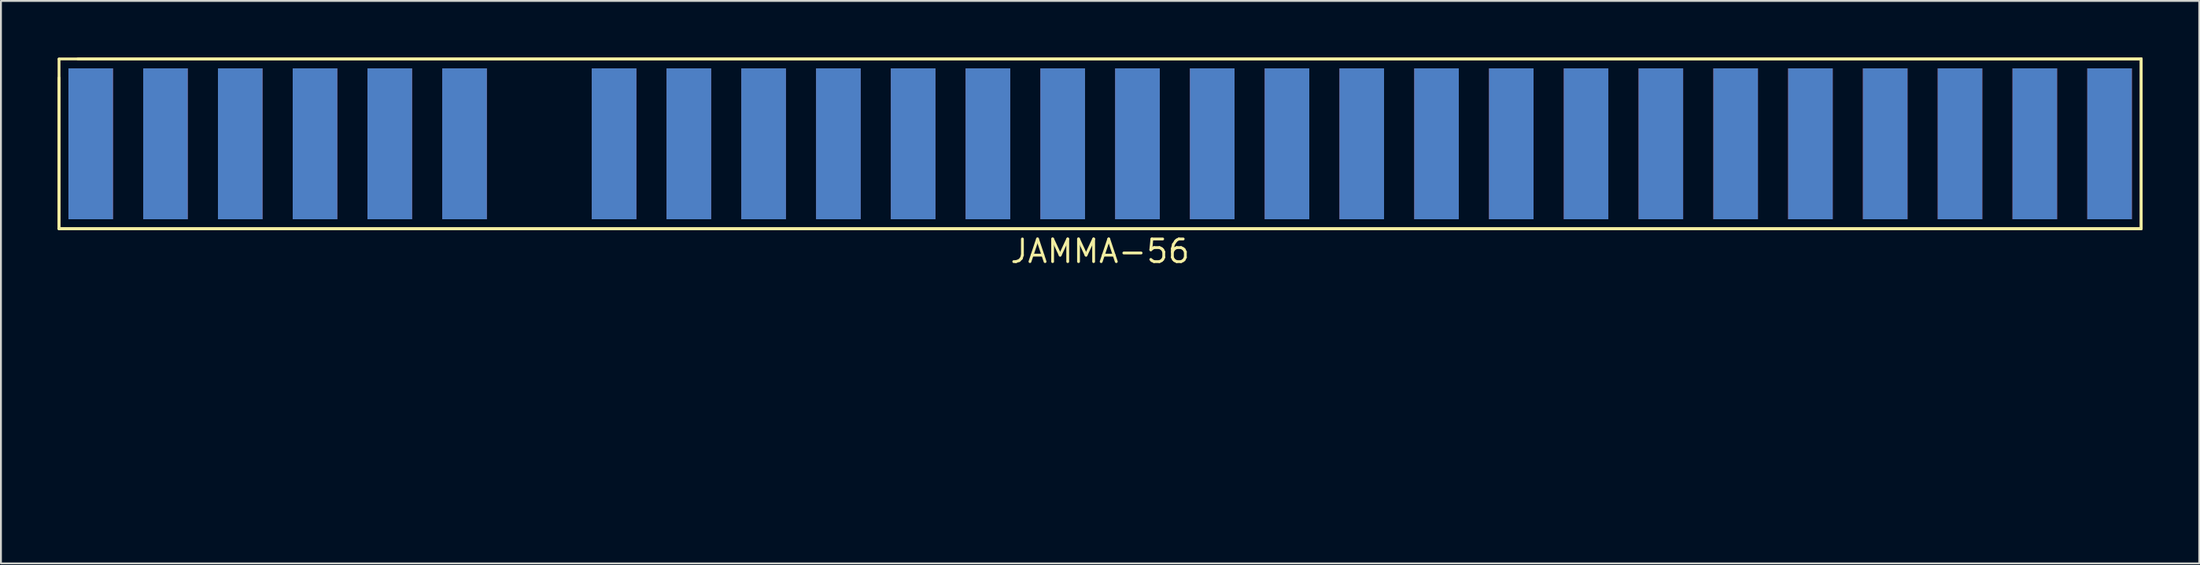
<source format=kicad_pcb>
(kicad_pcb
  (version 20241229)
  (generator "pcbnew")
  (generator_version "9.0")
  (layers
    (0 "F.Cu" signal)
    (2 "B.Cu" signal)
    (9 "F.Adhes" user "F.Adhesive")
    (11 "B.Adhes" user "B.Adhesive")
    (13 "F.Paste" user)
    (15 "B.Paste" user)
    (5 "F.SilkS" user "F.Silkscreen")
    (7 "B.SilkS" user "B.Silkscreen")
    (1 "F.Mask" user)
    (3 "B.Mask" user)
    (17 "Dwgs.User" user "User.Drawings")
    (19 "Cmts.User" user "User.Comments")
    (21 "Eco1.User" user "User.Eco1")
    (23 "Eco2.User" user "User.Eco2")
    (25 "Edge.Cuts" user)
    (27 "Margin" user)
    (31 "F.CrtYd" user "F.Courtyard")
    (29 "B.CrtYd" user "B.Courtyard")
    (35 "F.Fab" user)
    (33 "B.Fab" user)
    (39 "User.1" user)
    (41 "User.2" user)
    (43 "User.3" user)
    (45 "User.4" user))
  (footprint "JAMMA-56"
    (layer "F.Cu")
    (at 56.21 23.575)
    (property "Reference" "JAMMA-56" (at -1 -13.3 0) (layer "F.SilkS") (effects (font (size 1.2 1.2) (thickness 0.15))))
    (attr through_hole)
    (fp_poly (pts (xy -53.289 -15.011) (xy -55.626 -15.011) (xy -55.626 -23) (xy -53.289 -23)) (stroke (width 0.1) (type solid)) (fill yes) (layer "B.Mask"))
    (fp_poly (pts (xy -49.34 -15.011) (xy -51.676 -15.011) (xy -51.676 -23) (xy -49.34 -23)) (stroke (width 0.1) (type solid)) (fill yes) (layer "B.Mask"))
    (fp_poly (pts (xy -45.364 -15.011) (xy -47.701 -15.011) (xy -47.701 -23) (xy -45.364 -23)) (stroke (width 0.1) (type solid)) (fill yes) (layer "B.Mask"))
    (fp_poly (pts (xy -41.415 -15.011) (xy -43.752 -15.011) (xy -43.752 -23) (xy -41.415 -23)) (stroke (width 0.1) (type solid)) (fill yes) (layer "B.Mask"))
    (fp_poly (pts (xy -37.452 -15.011) (xy -39.789 -15.011) (xy -39.789 -23) (xy -37.452 -23)) (stroke (width 0.1) (type solid)) (fill yes) (layer "B.Mask"))
    (fp_poly (pts (xy -33.503 -15.011) (xy -35.839 -15.011) (xy -35.839 -23) (xy -33.503 -23)) (stroke (width 0.1) (type solid)) (fill yes) (layer "B.Mask"))
    (fp_poly (pts (xy -25.565 -14.999) (xy -27.902 -14.999) (xy -27.902 -22.987) (xy -25.565 -22.987)) (stroke (width 0.1) (type solid)) (fill yes) (layer "B.Mask"))
    (fp_poly (pts (xy -21.615 -14.999) (xy -23.952 -14.999) (xy -23.952 -22.987) (xy -21.615 -22.987)) (stroke (width 0.1) (type solid)) (fill yes) (layer "B.Mask"))
    (fp_poly (pts (xy -17.64 -14.999) (xy -19.977 -14.999) (xy -19.977 -22.987) (xy -17.64 -22.987)) (stroke (width 0.1) (type solid)) (fill yes) (layer "B.Mask"))
    (fp_poly (pts (xy -13.691 -14.999) (xy -16.027 -14.999) (xy -16.027 -22.987) (xy -13.691 -22.987)) (stroke (width 0.1) (type solid)) (fill yes) (layer "B.Mask"))
    (fp_poly (pts (xy -9.728 -14.999) (xy -12.065 -14.999) (xy -12.065 -22.987) (xy -9.728 -22.987)) (stroke (width 0.1) (type solid)) (fill yes) (layer "B.Mask"))
    (fp_poly (pts (xy -5.779 -14.999) (xy -8.115 -14.999) (xy -8.115 -22.987) (xy -5.779 -22.987)) (stroke (width 0.1) (type solid)) (fill yes) (layer "B.Mask"))
    (fp_poly (pts (xy -1.816 -15.011) (xy -4.153 -15.011) (xy -4.153 -23) (xy -1.816 -23)) (stroke (width 0.1) (type solid)) (fill yes) (layer "B.Mask"))
    (fp_poly (pts (xy 2.134 -15.011) (xy -0.203 -15.011) (xy -0.203 -23) (xy 2.134 -23)) (stroke (width 0.1) (type solid)) (fill yes) (layer "B.Mask"))
    (fp_poly (pts (xy 6.109 -15.011) (xy 3.772 -15.011) (xy 3.772 -23) (xy 6.109 -23)) (stroke (width 0.1) (type solid)) (fill yes) (layer "B.Mask"))
    (fp_poly (pts (xy 10.058 -15.011) (xy 7.722 -15.011) (xy 7.722 -23) (xy 10.058 -23)) (stroke (width 0.1) (type solid)) (fill yes) (layer "B.Mask"))
    (fp_poly (pts (xy 14.021 -15.011) (xy 11.684 -15.011) (xy 11.684 -23) (xy 14.021 -23)) (stroke (width 0.1) (type solid)) (fill yes) (layer "B.Mask"))
    (fp_poly (pts (xy 17.971 -15.011) (xy 15.634 -15.011) (xy 15.634 -23) (xy 17.971 -23)) (stroke (width 0.1) (type solid)) (fill yes) (layer "B.Mask"))
    (fp_poly (pts (xy 21.971 -15.011) (xy 19.634 -15.011) (xy 19.634 -23) (xy 21.971 -23)) (stroke (width 0.1) (type solid)) (fill yes) (layer "B.Mask"))
    (fp_poly (pts (xy 25.933 -15.011) (xy 23.597 -15.011) (xy 23.597 -23) (xy 25.933 -23)) (stroke (width 0.1) (type solid)) (fill yes) (layer "B.Mask"))
    (fp_poly (pts (xy 29.883 -15.011) (xy 27.546 -15.011) (xy 27.546 -23) (xy 29.883 -23)) (stroke (width 0.1) (type solid)) (fill yes) (layer "B.Mask"))
    (fp_poly (pts (xy 33.846 -15.024) (xy 31.509 -15.024) (xy 31.509 -23.012) (xy 33.846 -23.012)) (stroke (width 0.1) (type solid)) (fill yes) (layer "B.Mask"))
    (fp_poly (pts (xy 37.795 -15.024) (xy 35.458 -15.024) (xy 35.458 -23.012) (xy 37.795 -23.012)) (stroke (width 0.1) (type solid)) (fill yes) (layer "B.Mask"))
    (fp_poly (pts (xy 41.77 -15.024) (xy 39.434 -15.024) (xy 39.434 -23.012) (xy 41.77 -23.012)) (stroke (width 0.1) (type solid)) (fill yes) (layer "B.Mask"))
    (fp_poly (pts (xy 45.72 -15.024) (xy 43.383 -15.024) (xy 43.383 -23.012) (xy 45.72 -23.012)) (stroke (width 0.1) (type solid)) (fill yes) (layer "B.Mask"))
    (fp_poly (pts (xy 49.682 -15.024) (xy 47.346 -15.024) (xy 47.346 -23.012) (xy 49.682 -23.012)) (stroke (width 0.1) (type solid)) (fill yes) (layer "B.Mask"))
    (fp_poly (pts (xy 53.632 -15.024) (xy 51.295 -15.024) (xy 51.295 -23.012) (xy 53.632 -23.012)) (stroke (width 0.1) (type solid)) (fill yes) (layer "B.Mask"))
    (fp_line (start -56.135 -22.5) (end -56.135 -14.5) (stroke (width 0.15) (type solid)) (layer "F.SilkS"))
    (fp_line (start -56.135 -14.5) (end 54.135 -14.5) (stroke (width 0.15) (type solid)) (layer "F.SilkS"))
    (fp_line (start -56.135 -14.5) (end 54.135 -14.5) (stroke (width 0.15) (type solid)) (layer "F.SilkS"))
    (fp_line (start -56.134 -23.482) (end -56.135 -14.5) (stroke (width 0.15) (type solid)) (layer "F.SilkS"))
    (fp_line (start 54.135 -23.5) (end -56.134 -23.5) (stroke (width 0.15) (type solid)) (layer "F.SilkS"))
    (fp_line (start 54.135 -23.5) (end -55.135 -23.5) (stroke (width 0.15) (type solid)) (layer "F.SilkS"))
    (fp_line (start 54.135 -14.5) (end 54.135 -23.5) (stroke (width 0.15) (type solid)) (layer "F.SilkS"))
    (fp_line (start 54.135 -14.5) (end 54.135 -23.5) (stroke (width 0.15) (type solid)) (layer "F.SilkS"))
    (pad "1" smd rect (at -54.46 -19) (size 2.35 8) (layers "F.Cu" "F.Mask" "F.Paste"))
    (pad "1" smd rect (at -54.46 -19) (size 2.35 8) (layers "F.Cu" "F.Mask" "F.Paste"))
    (pad "2" smd rect (at -50.5 -19) (size 2.35 8) (layers "F.Cu" "F.Mask" "F.Paste"))
    (pad "2" smd rect (at -50.5 -19) (size 2.35 8) (layers "F.Cu" "F.Mask" "F.Paste"))
    (pad "3" smd rect (at -46.54 -19) (size 2.35 8) (layers "F.Cu" "F.Mask" "F.Paste"))
    (pad "3" smd rect (at -46.54 -19) (size 2.35 8) (layers "F.Cu" "F.Mask" "F.Paste"))
    (pad "4" smd rect (at -42.58 -19) (size 2.35 8) (layers "F.Cu" "F.Mask" "F.Paste"))
    (pad "4" smd rect (at -42.58 -19) (size 2.35 8) (layers "F.Cu" "F.Mask" "F.Paste"))
    (pad "5" smd rect (at -38.62 -19) (size 2.35 8) (layers "F.Cu" "F.Mask" "F.Paste"))
    (pad "5" smd rect (at -38.62 -19) (size 2.35 8) (layers "F.Cu" "F.Mask" "F.Paste"))
    (pad "6" smd rect (at -34.66 -19) (size 2.35 8) (layers "F.Cu" "F.Mask" "F.Paste"))
    (pad "6" smd rect (at -34.66 -19) (size 2.35 8) (layers "F.Cu" "F.Mask" "F.Paste"))
    (pad "8" smd rect (at -26.74 -19) (size 2.35 8) (layers "F.Cu" "F.Mask" "F.Paste"))
    (pad "8" smd rect (at -26.74 -19) (size 2.35 8) (layers "F.Cu" "F.Mask" "F.Paste"))
    (pad "9" smd rect (at -22.78 -19) (size 2.35 8) (layers "F.Cu" "F.Mask" "F.Paste"))
    (pad "9" smd rect (at -22.78 -19) (size 2.35 8) (layers "F.Cu" "F.Mask" "F.Paste"))
    (pad "10" smd rect (at -18.82 -19) (size 2.35 8) (layers "F.Cu" "F.Mask" "F.Paste"))
    (pad "10" smd rect (at -18.82 -19) (size 2.35 8) (layers "F.Cu" "F.Mask" "F.Paste"))
    (pad "11" smd rect (at -14.86 -19) (size 2.35 8) (layers "F.Cu" "F.Mask" "F.Paste"))
    (pad "11" smd rect (at -14.86 -19) (size 2.35 8) (layers "F.Cu" "F.Mask" "F.Paste"))
    (pad "12" smd rect (at -10.9 -19) (size 2.35 8) (layers "F.Cu" "F.Mask" "F.Paste"))
    (pad "12" smd rect (at -10.9 -19) (size 2.35 8) (layers "F.Cu" "F.Mask" "F.Paste"))
    (pad "13" smd rect (at -6.94 -19) (size 2.35 8) (layers "F.Cu" "F.Mask" "F.Paste"))
    (pad "13" smd rect (at -6.94 -19) (size 2.35 8) (layers "F.Cu" "F.Mask" "F.Paste"))
    (pad "14" smd rect (at -2.98 -19) (size 2.35 8) (layers "F.Cu" "F.Mask" "F.Paste"))
    (pad "14" smd rect (at -2.98 -19) (size 2.35 8) (layers "F.Cu" "F.Mask" "F.Paste"))
    (pad "15" smd rect (at 0.98 -19) (size 2.35 8) (layers "F.Cu" "F.Mask" "F.Paste"))
    (pad "15" smd rect (at 0.98 -19) (size 2.35 8) (layers "F.Cu" "F.Mask" "F.Paste"))
    (pad "16" smd rect (at 4.94 -19) (size 2.35 8) (layers "F.Cu" "F.Mask" "F.Paste"))
    (pad "16" smd rect (at 4.94 -19) (size 2.35 8) (layers "F.Cu" "F.Mask" "F.Paste"))
    (pad "17" smd rect (at 8.9 -19) (size 2.35 8) (layers "F.Cu" "F.Mask" "F.Paste"))
    (pad "17" smd rect (at 8.9 -19) (size 2.35 8) (layers "F.Cu" "F.Mask" "F.Paste"))
    (pad "18" smd rect (at 12.86 -19) (size 2.35 8) (layers "F.Cu" "F.Mask" "F.Paste"))
    (pad "18" smd rect (at 12.86 -19) (size 2.35 8) (layers "F.Cu" "F.Mask" "F.Paste"))
    (pad "19" smd rect (at 16.82 -19) (size 2.35 8) (layers "F.Cu" "F.Mask" "F.Paste"))
    (pad "19" smd rect (at 16.82 -19) (size 2.35 8) (layers "F.Cu" "F.Mask" "F.Paste"))
    (pad "20" smd rect (at 20.78 -19) (size 2.35 8) (layers "F.Cu" "F.Mask" "F.Paste"))
    (pad "20" smd rect (at 20.78 -19) (size 2.35 8) (layers "F.Cu" "F.Mask" "F.Paste"))
    (pad "21" smd rect (at 24.74 -19) (size 2.35 8) (layers "F.Cu" "F.Mask" "F.Paste"))
    (pad "21" smd rect (at 24.74 -19) (size 2.35 8) (layers "F.Cu" "F.Mask" "F.Paste"))
    (pad "22" smd rect (at 28.7 -19) (size 2.35 8) (layers "F.Cu" "F.Mask" "F.Paste"))
    (pad "22" smd rect (at 28.7 -19) (size 2.35 8) (layers "F.Cu" "F.Mask" "F.Paste"))
    (pad "23" smd rect (at 32.66 -19) (size 2.35 8) (layers "F.Cu" "F.Mask" "F.Paste"))
    (pad "23" smd rect (at 32.66 -19) (size 2.35 8) (layers "F.Cu" "F.Mask" "F.Paste"))
    (pad "24" smd rect (at 36.62 -19) (size 2.35 8) (layers "F.Cu" "F.Mask" "F.Paste"))
    (pad "24" smd rect (at 36.62 -19) (size 2.35 8) (layers "F.Cu" "F.Mask" "F.Paste"))
    (pad "25" smd rect (at 40.58 -19) (size 2.35 8) (layers "F.Cu" "F.Mask" "F.Paste"))
    (pad "25" smd rect (at 40.58 -19) (size 2.35 8) (layers "F.Cu" "F.Mask" "F.Paste"))
    (pad "26" smd rect (at 44.54 -19) (size 2.35 8) (layers "F.Cu" "F.Mask" "F.Paste"))
    (pad "26" smd rect (at 44.54 -19) (size 2.35 8) (layers "F.Cu" "F.Mask" "F.Paste"))
    (pad "27" smd rect (at 48.5 -19) (size 2.35 8) (layers "F.Cu" "F.Mask" "F.Paste"))
    (pad "27" smd rect (at 48.5 -19) (size 2.35 8) (layers "F.Cu" "F.Mask" "F.Paste"))
    (pad "28" smd rect (at 52.46 -19) (size 2.35 8) (layers "F.Cu" "F.Mask" "F.Paste"))
    (pad "28" smd rect (at 52.46 -19) (size 2.35 8) (layers "F.Cu" "F.Mask" "F.Paste"))
    (pad "A" smd rect (at -54.46 -19) (size 2.35 8) (layers "F.Mask" "B.Cu" "F.Paste"))
    (pad "A" smd rect (at -54.46 -19) (size 2.35 8) (layers "F.Mask" "B.Cu" "F.Paste"))
    (pad "B" smd rect (at -50.5 -19) (size 2.35 8) (layers "F.Mask" "B.Cu" "F.Paste"))
    (pad "B" smd rect (at -50.5 -19) (size 2.35 8) (layers "F.Mask" "B.Cu" "F.Paste"))
    (pad "C" smd rect (at -46.54 -19) (size 2.35 8) (layers "F.Mask" "B.Cu" "F.Paste"))
    (pad "C" smd rect (at -46.54 -19) (size 2.35 8) (layers "F.Mask" "B.Cu" "F.Paste"))
    (pad "D" smd rect (at -42.58 -19) (size 2.35 8) (layers "F.Mask" "B.Cu" "F.Paste"))
    (pad "D" smd rect (at -42.58 -19) (size 2.35 8) (layers "F.Mask" "B.Cu" "F.Paste"))
    (pad "E" smd rect (at -38.62 -19) (size 2.35 8) (layers "F.Mask" "B.Cu" "F.Paste"))
    (pad "E" smd rect (at -38.62 -19) (size 2.35 8) (layers "F.Mask" "B.Cu" "F.Paste"))
    (pad "F" smd rect (at -34.66 -19) (size 2.35 8) (layers "F.Mask" "B.Cu" "F.Paste"))
    (pad "F" smd rect (at -34.66 -19) (size 2.35 8) (layers "F.Mask" "B.Cu" "F.Paste"))
    (pad "J" smd rect (at -26.74 -19) (size 2.35 8) (layers "F.Mask" "B.Cu" "F.Paste"))
    (pad "J" smd rect (at -26.74 -19) (size 2.35 8) (layers "F.Mask" "B.Cu" "F.Paste"))
    (pad "K" smd rect (at -22.78 -19) (size 2.35 8) (layers "F.Mask" "B.Cu" "F.Paste"))
    (pad "K" smd rect (at -22.78 -19) (size 2.35 8) (layers "F.Mask" "B.Cu" "F.Paste"))
    (pad "L" smd rect (at -18.82 -19) (size 2.35 8) (layers "F.Mask" "B.Cu" "F.Paste"))
    (pad "L" smd rect (at -18.82 -19) (size 2.35 8) (layers "F.Mask" "B.Cu" "F.Paste"))
    (pad "M" smd rect (at -14.86 -19) (size 2.35 8) (layers "F.Mask" "B.Cu" "F.Paste"))
    (pad "M" smd rect (at -14.86 -19) (size 2.35 8) (layers "F.Mask" "B.Cu" "F.Paste"))
    (pad "N" smd rect (at -10.9 -19) (size 2.35 8) (layers "F.Mask" "B.Cu" "F.Paste"))
    (pad "N" smd rect (at -10.9 -19) (size 2.35 8) (layers "F.Mask" "B.Cu" "F.Paste"))
    (pad "P" smd rect (at -6.94 -19) (size 2.35 8) (layers "F.Mask" "B.Cu" "F.Paste"))
    (pad "P" smd rect (at -6.94 -19) (size 2.35 8) (layers "F.Mask" "B.Cu" "F.Paste"))
    (pad "R" smd rect (at -2.98 -19) (size 2.35 8) (layers "F.Mask" "B.Cu" "F.Paste"))
    (pad "R" smd rect (at -2.98 -19) (size 2.35 8) (layers "F.Mask" "B.Cu" "F.Paste"))
    (pad "S" smd rect (at 0.98 -19) (size 2.35 8) (layers "F.Mask" "B.Cu" "F.Paste"))
    (pad "S" smd rect (at 0.98 -19) (size 2.35 8) (layers "F.Mask" "B.Cu" "F.Paste"))
    (pad "T" smd rect (at 4.94 -19) (size 2.35 8) (layers "F.Mask" "B.Cu" "F.Paste"))
    (pad "T" smd rect (at 4.94 -19) (size 2.35 8) (layers "F.Mask" "B.Cu" "F.Paste"))
    (pad "U" smd rect (at 8.9 -19) (size 2.35 8) (layers "F.Mask" "B.Cu" "F.Paste"))
    (pad "U" smd rect (at 8.9 -19) (size 2.35 8) (layers "F.Mask" "B.Cu" "F.Paste"))
    (pad "V" smd rect (at 12.86 -19) (size 2.35 8) (layers "F.Mask" "B.Cu" "F.Paste"))
    (pad "V" smd rect (at 12.86 -19) (size 2.35 8) (layers "F.Mask" "B.Cu" "F.Paste"))
    (pad "W" smd rect (at 16.82 -19) (size 2.35 8) (layers "F.Mask" "B.Cu" "F.Paste"))
    (pad "W" smd rect (at 16.82 -19) (size 2.35 8) (layers "F.Mask" "B.Cu" "F.Paste"))
    (pad "X" smd rect (at 20.78 -19) (size 2.35 8) (layers "F.Mask" "B.Cu" "F.Paste"))
    (pad "X" smd rect (at 20.78 -19) (size 2.35 8) (layers "F.Mask" "B.Cu" "F.Paste"))
    (pad "Y" smd rect (at 24.74 -19) (size 2.35 8) (layers "F.Mask" "B.Cu" "F.Paste"))
    (pad "Y" smd rect (at 24.74 -19) (size 2.35 8) (layers "F.Mask" "B.Cu" "F.Paste"))
    (pad "Z" smd rect (at 28.7 -19) (size 2.35 8) (layers "F.Mask" "B.Cu" "F.Paste"))
    (pad "Z" smd rect (at 28.7 -19) (size 2.35 8) (layers "F.Mask" "B.Cu" "F.Paste"))
    (pad "a" smd rect (at 32.66 -19) (size 2.35 8) (layers "F.Mask" "B.Cu" "F.Paste"))
    (pad "a" smd rect (at 32.66 -19) (size 2.35 8) (layers "F.Mask" "B.Cu" "F.Paste"))
    (pad "b" smd rect (at 36.62 -19) (size 2.35 8) (layers "F.Mask" "B.Cu" "F.Paste"))
    (pad "b" smd rect (at 36.62 -19) (size 2.35 8) (layers "F.Mask" "B.Cu" "F.Paste"))
    (pad "c" smd rect (at 40.58 -19) (size 2.35 8) (layers "F.Mask" "B.Cu" "F.Paste"))
    (pad "c" smd rect (at 40.58 -19) (size 2.35 8) (layers "F.Mask" "B.Cu" "F.Paste"))
    (pad "d" smd rect (at 44.54 -19) (size 2.35 8) (layers "F.Mask" "B.Cu" "F.Paste"))
    (pad "d" smd rect (at 44.54 -19) (size 2.35 8) (layers "F.Mask" "B.Cu" "F.Paste"))
    (pad "e" smd rect (at 48.5 -19) (size 2.35 8) (layers "F.Mask" "B.Cu" "F.Paste"))
    (pad "e" smd rect (at 48.5 -19) (size 2.35 8) (layers "F.Mask" "B.Cu" "F.Paste"))
    (pad "f" smd rect (at 52.46 -19) (size 2.35 8) (layers "F.Mask" "B.Cu" "F.Paste"))
    (pad "f" smd rect (at 52.46 -19) (size 2.35 8) (layers "F.Mask" "B.Cu" "F.Paste")))
  (gr_rect
    (start -3 -3)
    (end 113.42 26.825)
    (stroke (width 0.1) (type default))
    (fill no)
    (layer "Edge.Cuts")))
</source>
